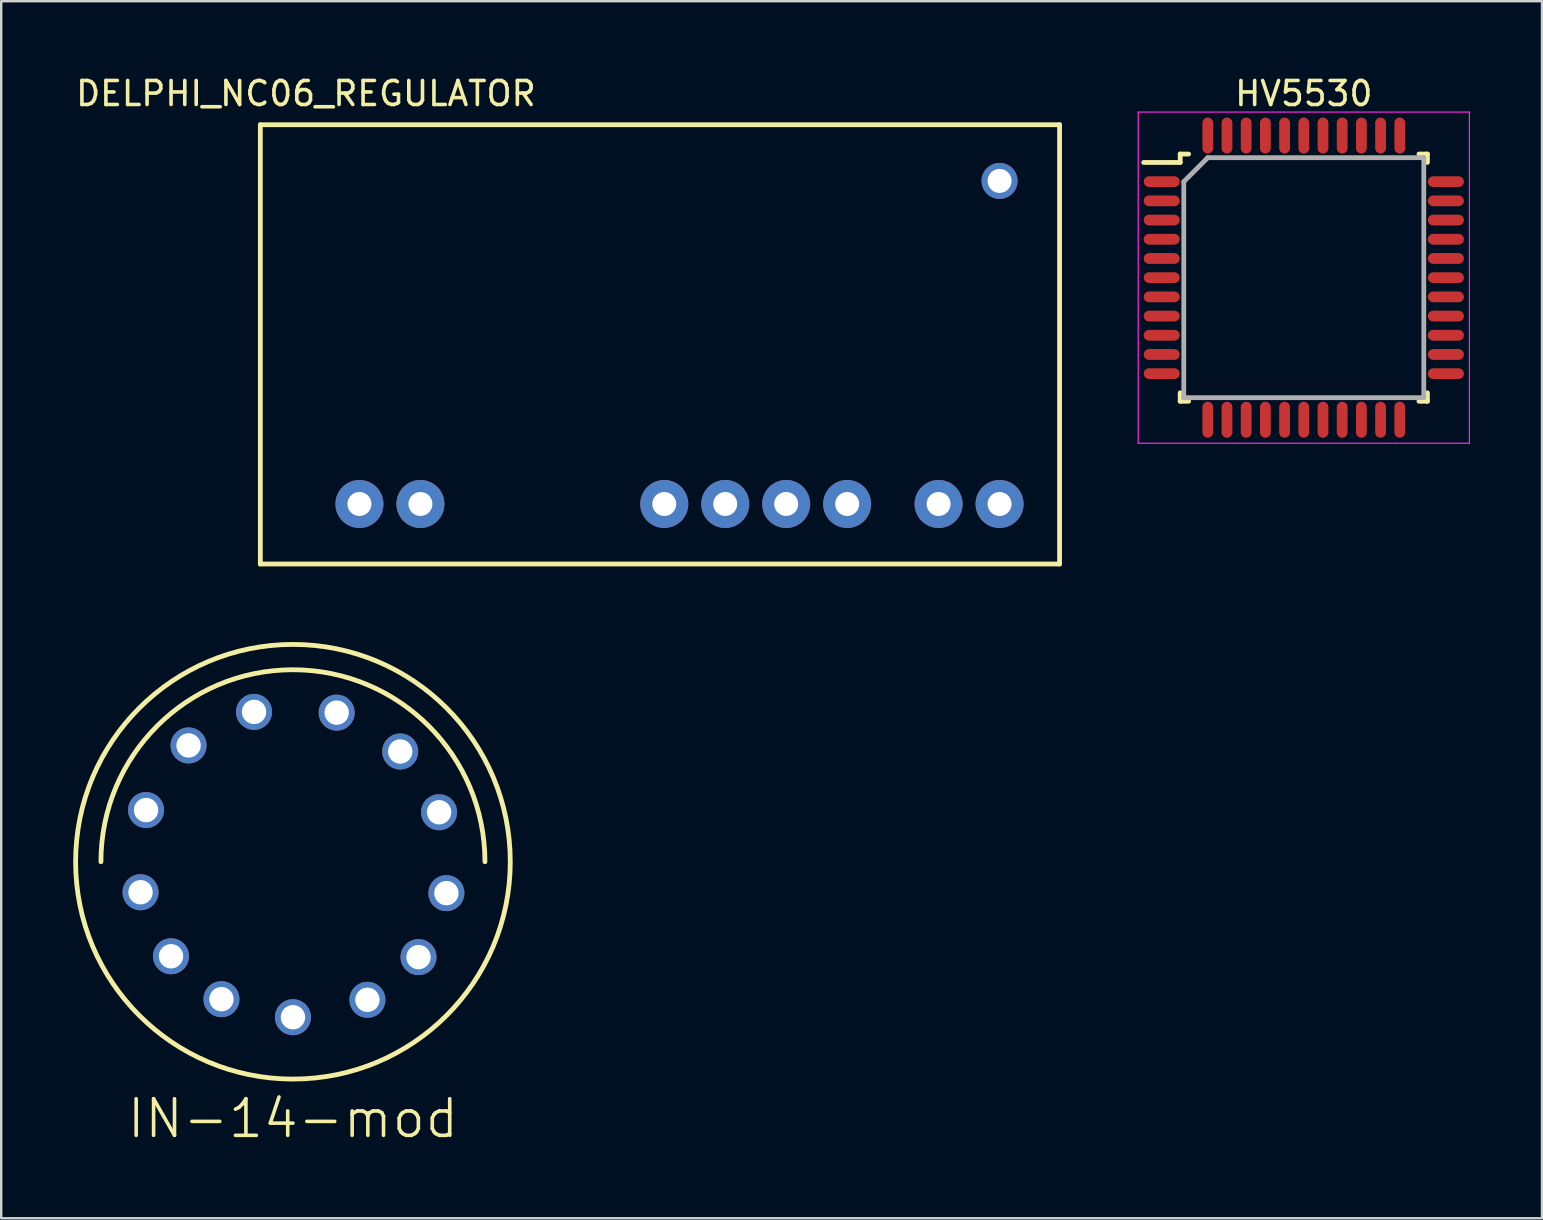
<source format=kicad_pcb>
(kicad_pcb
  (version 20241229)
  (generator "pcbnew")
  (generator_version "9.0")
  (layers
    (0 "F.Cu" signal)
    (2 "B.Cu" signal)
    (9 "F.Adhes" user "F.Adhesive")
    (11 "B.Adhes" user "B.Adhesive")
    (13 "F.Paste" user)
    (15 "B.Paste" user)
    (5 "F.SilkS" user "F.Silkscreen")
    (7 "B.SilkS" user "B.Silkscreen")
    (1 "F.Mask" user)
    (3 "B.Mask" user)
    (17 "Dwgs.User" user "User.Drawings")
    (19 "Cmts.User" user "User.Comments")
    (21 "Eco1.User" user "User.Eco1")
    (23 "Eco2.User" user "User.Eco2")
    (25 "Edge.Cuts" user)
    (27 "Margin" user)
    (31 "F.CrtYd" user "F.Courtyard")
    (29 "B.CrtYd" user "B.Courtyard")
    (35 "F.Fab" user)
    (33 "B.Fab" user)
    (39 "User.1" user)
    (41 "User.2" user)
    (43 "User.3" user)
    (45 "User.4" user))
  (footprint "DELPHI_NC06_REGULATOR"
    (layer "F.Cu")
    (at 41.096 20.448)
    (property "Reference" "DELPHI_NC06_REGULATOR" (at -31.4 -19.6 0) (layer "F.SilkS") (effects (font (size 1 1) (thickness 0.15))))
    (attr through_hole)
    (fp_line (start -33.3 0) (end -33.3 -18.3) (stroke (width 0.2) (type solid)) (layer "F.SilkS"))
    (fp_line (start 0 -18.3) (end -33.3 -18.3) (stroke (width 0.2) (type solid)) (layer "F.SilkS"))
    (fp_line (start 0 0) (end -33.3 0) (stroke (width 0.2) (type solid)) (layer "F.SilkS"))
    (fp_line (start 0 0) (end 0 -18.3) (stroke (width 0.2) (type solid)) (layer "F.SilkS"))
    (pad "1" thru_hole circle (at -2.5 -2.5) (size 2 2) (drill 1) (layers "*.Cu" "*.Mask"))
    (pad "2" thru_hole circle (at -5.04 -2.5) (size 2 2) (drill 1) (layers "*.Cu" "*.Mask"))
    (pad "3" thru_hole circle (at -8.85 -2.5) (size 2 2) (drill 1) (layers "*.Cu" "*.Mask"))
    (pad "4" thru_hole circle (at -11.39 -2.5) (size 2 2) (drill 1) (layers "*.Cu" "*.Mask"))
    (pad "5" thru_hole circle (at -13.93 -2.5) (size 2 2) (drill 1) (layers "*.Cu" "*.Mask"))
    (pad "6" thru_hole circle (at -16.47 -2.5) (size 2 2) (drill 1) (layers "*.Cu" "*.Mask"))
    (pad "7" thru_hole circle (at -26.63 -2.5) (size 2 2) (drill 1) (layers "*.Cu" "*.Mask"))
    (pad "8" thru_hole circle (at -29.17 -2.5) (size 2 2) (drill 1) (layers "*.Cu" "*.Mask"))
    (pad "9" thru_hole circle (at -2.5 -15.96) (size 1.5 1.5) (drill 1) (layers "*.Cu" "*.Mask")))
  (footprint "HV5530"
    (layer "F.Cu")
    (at 51.271 8.518)
    (property "Reference" "HV5530" (at 0 -7.67 0) (layer "F.SilkS") (effects (font (size 1 1) (thickness 0.15))))
    (attr smd)
    (fp_line (start -5.15 -5.15) (end -5.15 -4.8) (stroke (width 0.2) (type solid)) (layer "F.SilkS"))
    (fp_line (start -5.15 -4.8) (end -6.67 -4.8) (stroke (width 0.2) (type solid)) (layer "F.SilkS"))
    (fp_line (start -5.15 5.15) (end -5.15 4.8) (stroke (width 0.2) (type solid)) (layer "F.SilkS"))
    (fp_line (start -4.8 -5.15) (end -5.15 -5.15) (stroke (width 0.2) (type solid)) (layer "F.SilkS"))
    (fp_line (start -4.8 5.15) (end -5.15 5.15) (stroke (width 0.2) (type solid)) (layer "F.SilkS"))
    (fp_line (start 4.8 -5.15) (end 5.15 -5.15) (stroke (width 0.2) (type solid)) (layer "F.SilkS"))
    (fp_line (start 4.8 5.15) (end 5.15 5.15) (stroke (width 0.2) (type solid)) (layer "F.SilkS"))
    (fp_line (start 5.15 -5.15) (end 5.15 -4.8) (stroke (width 0.2) (type solid)) (layer "F.SilkS"))
    (fp_line (start 5.15 5.15) (end 5.15 4.8) (stroke (width 0.2) (type solid)) (layer "F.SilkS"))
    (fp_line (start -6.9 -6.9) (end 6.9 -6.9) (stroke (width 0.05) (type solid)) (layer "F.CrtYd"))
    (fp_line (start -6.9 6.9) (end -6.9 -6.9) (stroke (width 0.05) (type solid)) (layer "F.CrtYd"))
    (fp_line (start 6.9 -6.9) (end 6.9 6.9) (stroke (width 0.05) (type solid)) (layer "F.CrtYd"))
    (fp_line (start 6.9 6.9) (end -6.9 6.9) (stroke (width 0.05) (type solid)) (layer "F.CrtYd"))
    (fp_line (start -5 -4) (end -5 5) (stroke (width 0.2) (type solid)) (layer "F.Fab"))
    (fp_line (start -5 5) (end 5 5) (stroke (width 0.2) (type solid)) (layer "F.Fab"))
    (fp_line (start -4 -5) (end -5 -4) (stroke (width 0.2) (type solid)) (layer "F.Fab"))
    (fp_line (start 5 -5) (end -4 -5) (stroke (width 0.2) (type solid)) (layer "F.Fab"))
    (fp_line (start 5 5) (end 5 -5) (stroke (width 0.2) (type solid)) (layer "F.Fab"))
    (pad "1" smd oval (at -5.92 -4 90) (size 0.45 1.5) (layers "F.Cu" "F.Mask" "F.Paste"))
    (pad "2" smd oval (at -5.92 -3.2 90) (size 0.45 1.5) (layers "F.Cu" "F.Mask" "F.Paste"))
    (pad "3" smd oval (at -5.92 -2.4 90) (size 0.45 1.5) (layers "F.Cu" "F.Mask" "F.Paste"))
    (pad "4" smd oval (at -5.92 -1.6 90) (size 0.45 1.5) (layers "F.Cu" "F.Mask" "F.Paste"))
    (pad "5" smd oval (at -5.92 -0.8 90) (size 0.45 1.5) (layers "F.Cu" "F.Mask" "F.Paste"))
    (pad "6" smd oval (at -5.92 0 90) (size 0.45 1.5) (layers "F.Cu" "F.Mask" "F.Paste"))
    (pad "7" smd oval (at -5.92 0.8 90) (size 0.45 1.5) (layers "F.Cu" "F.Mask" "F.Paste"))
    (pad "8" smd oval (at -5.92 1.6 90) (size 0.45 1.5) (layers "F.Cu" "F.Mask" "F.Paste"))
    (pad "9" smd oval (at -5.92 2.4 90) (size 0.45 1.5) (layers "F.Cu" "F.Mask" "F.Paste"))
    (pad "10" smd oval (at -5.92 3.2 90) (size 0.45 1.5) (layers "F.Cu" "F.Mask" "F.Paste"))
    (pad "11" smd oval (at -5.92 4 90) (size 0.45 1.5) (layers "F.Cu" "F.Mask" "F.Paste"))
    (pad "12" smd oval (at -4 5.92) (size 0.45 1.5) (layers "F.Cu" "F.Mask" "F.Paste"))
    (pad "13" smd oval (at -3.2 5.92) (size 0.45 1.5) (layers "F.Cu" "F.Mask" "F.Paste"))
    (pad "14" smd oval (at -2.4 5.92) (size 0.45 1.5) (layers "F.Cu" "F.Mask" "F.Paste"))
    (pad "15" smd oval (at -1.6 5.92) (size 0.45 1.5) (layers "F.Cu" "F.Mask" "F.Paste"))
    (pad "16" smd oval (at -0.8 5.92) (size 0.45 1.5) (layers "F.Cu" "F.Mask" "F.Paste"))
    (pad "17" smd oval (at 0 5.92) (size 0.45 1.5) (layers "F.Cu" "F.Mask" "F.Paste"))
    (pad "18" smd oval (at 0.8 5.92) (size 0.45 1.5) (layers "F.Cu" "F.Mask" "F.Paste"))
    (pad "19" smd oval (at 1.6 5.92) (size 0.45 1.5) (layers "F.Cu" "F.Mask" "F.Paste"))
    (pad "20" smd oval (at 2.4 5.92) (size 0.45 1.5) (layers "F.Cu" "F.Mask" "F.Paste"))
    (pad "21" smd oval (at 3.2 5.92) (size 0.45 1.5) (layers "F.Cu" "F.Mask" "F.Paste"))
    (pad "22" smd oval (at 4 5.92) (size 0.45 1.5) (layers "F.Cu" "F.Mask" "F.Paste"))
    (pad "23" smd oval (at 5.92 4 90) (size 0.45 1.5) (layers "F.Cu" "F.Mask" "F.Paste"))
    (pad "24" smd oval (at 5.92 3.2 90) (size 0.45 1.5) (layers "F.Cu" "F.Mask" "F.Paste"))
    (pad "25" smd oval (at 5.92 2.4 90) (size 0.45 1.5) (layers "F.Cu" "F.Mask" "F.Paste"))
    (pad "26" smd oval (at 5.92 1.6 90) (size 0.45 1.5) (layers "F.Cu" "F.Mask" "F.Paste"))
    (pad "27" smd oval (at 5.92 0.8 90) (size 0.45 1.5) (layers "F.Cu" "F.Mask" "F.Paste"))
    (pad "28" smd oval (at 5.92 0 90) (size 0.45 1.5) (layers "F.Cu" "F.Mask" "F.Paste"))
    (pad "29" smd oval (at 5.92 -0.8 90) (size 0.45 1.5) (layers "F.Cu" "F.Mask" "F.Paste"))
    (pad "30" smd oval (at 5.92 -1.6 90) (size 0.45 1.5) (layers "F.Cu" "F.Mask" "F.Paste"))
    (pad "31" smd oval (at 5.92 -2.4 90) (size 0.45 1.5) (layers "F.Cu" "F.Mask" "F.Paste"))
    (pad "32" smd oval (at 5.92 -3.2 90) (size 0.45 1.5) (layers "F.Cu" "F.Mask" "F.Paste"))
    (pad "33" smd oval (at 5.92 -4 90) (size 0.45 1.5) (layers "F.Cu" "F.Mask" "F.Paste"))
    (pad "34" smd oval (at 4 -5.92) (size 0.45 1.5) (layers "F.Cu" "F.Mask" "F.Paste"))
    (pad "35" smd oval (at 3.2 -5.92) (size 0.45 1.5) (layers "F.Cu" "F.Mask" "F.Paste"))
    (pad "36" smd oval (at 2.4 -5.92) (size 0.45 1.5) (layers "F.Cu" "F.Mask" "F.Paste"))
    (pad "37" smd oval (at 1.6 -5.92) (size 0.45 1.5) (layers "F.Cu" "F.Mask" "F.Paste"))
    (pad "38" smd oval (at 0.8 -5.92) (size 0.45 1.5) (layers "F.Cu" "F.Mask" "F.Paste"))
    (pad "39" smd oval (at 0 -5.92) (size 0.45 1.5) (layers "F.Cu" "F.Mask" "F.Paste"))
    (pad "40" smd oval (at -0.8 -5.92) (size 0.45 1.5) (layers "F.Cu" "F.Mask" "F.Paste"))
    (pad "41" smd oval (at -1.6 -5.92) (size 0.45 1.5) (layers "F.Cu" "F.Mask" "F.Paste"))
    (pad "42" smd oval (at -2.4 -5.92) (size 0.45 1.5) (layers "F.Cu" "F.Mask" "F.Paste"))
    (pad "43" smd oval (at -3.2 -5.92) (size 0.45 1.5) (layers "F.Cu" "F.Mask" "F.Paste"))
    (pad "44" smd oval (at -4 -5.92) (size 0.45 1.5) (layers "F.Cu" "F.Mask" "F.Paste")))
  (footprint "IN-14-mod"
    (layer "F.Cu")
    (at 9.155 32.854)
    (property "Reference" "IN-14-mod" (at 0 10.7 0) (layer "F.SilkS") (effects (font (size 1.524 1.524) (thickness 0.15))))
    (attr through_hole)
    (fp_arc (start -8 0) (mid 0 -8) (end 8 0) (stroke (width 0.2) (type solid)) (layer "F.SilkS"))
    (fp_circle (center 0 0) (end 9.055 0) (stroke (width 0.2) (type solid)) (fill no) (layer "F.SilkS"))
    (pad "1" thru_hole circle (at 0 6.477) (size 1.5 1.5) (drill 1.016) (layers "*.Cu" "*.Mask"))
    (pad "2" thru_hole circle (at 3.104 5.752) (size 1.5 1.5) (drill 1.016) (layers "*.Cu" "*.Mask"))
    (pad "3" thru_hole circle (at 5.232 3.973) (size 1.5 1.5) (drill 1.016) (layers "*.Cu" "*.Mask"))
    (pad "4" thru_hole circle (at 6.393 1.307) (size 1.5 1.5) (drill 1.016) (layers "*.Cu" "*.Mask"))
    (pad "5" thru_hole circle (at 6.089 -2.063) (size 1.5 1.5) (drill 1.016) (layers "*.Cu" "*.Mask"))
    (pad "6" thru_hole circle (at 4.469 -4.594) (size 1.5 1.5) (drill 1.016) (layers "*.Cu" "*.Mask"))
    (pad "7" thru_hole circle (at 1.822 -6.213 180) (size 1.5 1.5) (drill 1.016) (layers "*.Cu" "*.Mask"))
    (pad "8" thru_hole circle (at -1.621 -6.243 180) (size 1.5 1.5) (drill 1.016) (layers "*.Cu" "*.Mask"))
    (pad "9" thru_hole circle (at -4.348 -4.846) (size 1.5 1.5) (drill 1.016) (layers "*.Cu" "*.Mask"))
    (pad "10" thru_hole circle (at -6.12 -2.154) (size 1.5 1.5) (drill 1.016) (layers "*.Cu" "*.Mask"))
    (pad "11" thru_hole circle (at -6.35 1.27) (size 1.5 1.5) (drill 1.016) (layers "*.Cu" "*.Mask"))
    (pad "12" thru_hole circle (at -5.08 3.937) (size 1.5 1.5) (drill 1.016) (layers "*.Cu" "*.Mask"))
    (pad "13" thru_hole circle (at -2.978 5.725) (size 1.5 1.5) (drill 1.016) (layers "*.Cu" "*.Mask")))
  (gr_rect
    (start -3 -3)
    (end 61.196 47.708)
    (stroke (width 0.1) (type default))
    (fill no)
    (layer "Edge.Cuts")))
</source>
